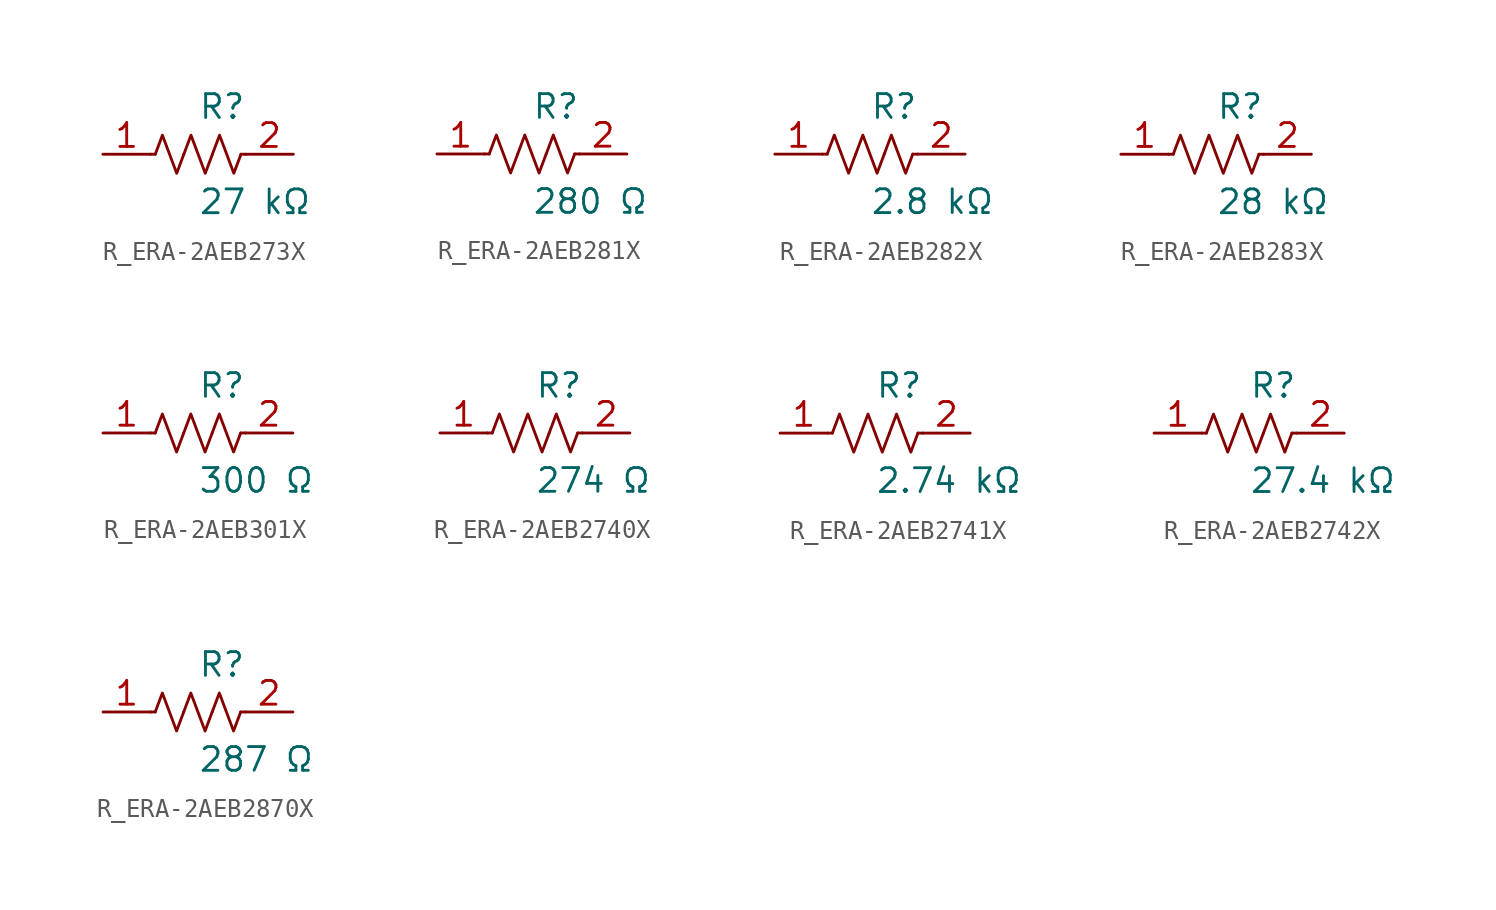
<source format=kicad_sym>
(kicad_symbol_lib
  (version 20231120)
  (generator kicad_symbol_editor)
  (generator_version 8.0)
  (symbol "R_ERA-2AEB273X"
    (pin_names
      (offset 0.254))
    (property "Reference" "R"
      (at 0.0 2.54 0)
      (effects (font (size 1.27 1.27)) (justify left)))
    (property "Value" "27 kΩ"
      (at 0.0 -2.54 0)
      (effects (font (size 1.27 1.27)) (justify left)))
    (symbol "R_ERA-2AEB273X_0_1"
      (polyline (pts (xy 2.286 0) (xy 2.54 0)) (stroke (width 0) (type default)) (fill (type none)))
      (polyline (pts (xy -2.286 0) (xy -2.54 0)) (stroke (width 0) (type default)) (fill (type none)))
      (polyline (pts (xy 0.762 0) (xy 1.143 1.016) (xy 1.524 0) (xy 1.905 -1.016) (xy 2.286 0)) (stroke (width 0) (type default)) (fill (type none)))
      (polyline (pts (xy -0.762 0) (xy -0.381 1.016) (xy 0 0) (xy 0.381 -1.016) (xy 0.762 0)) (stroke (width 0) (type default)) (fill (type none)))
      (polyline (pts (xy -2.286 0) (xy -1.905 1.016) (xy -1.524 0) (xy -1.143 -1.016) (xy -0.762 0)) (stroke (width 0) (type default)) (fill (type none))))
    (pin unspecified line
      (at -5.08 0 0)
      (length 2.54)
      (name "" (effects (font (size 1.27 1.27))))
      (number "1" (effects (font (size 1.27 1.27)))))
    (pin unspecified line
      (at 5.08 0 180)
      (length 2.54)
      (name "" (effects (font (size 1.27 1.27))))
      (number "2" (effects (font (size 1.27 1.27))))))
  (symbol "R_ERA-2AEB281X"
    (pin_names
      (offset 0.254))
    (property "Reference" "R"
      (at 0.0 2.54 0)
      (effects (font (size 1.27 1.27)) (justify left)))
    (property "Value" "280 Ω"
      (at 0.0 -2.54 0)
      (effects (font (size 1.27 1.27)) (justify left)))
    (symbol "R_ERA-2AEB281X_0_1"
      (polyline (pts (xy 2.286 0) (xy 2.54 0)) (stroke (width 0) (type default)) (fill (type none)))
      (polyline (pts (xy -2.286 0) (xy -2.54 0)) (stroke (width 0) (type default)) (fill (type none)))
      (polyline (pts (xy 0.762 0) (xy 1.143 1.016) (xy 1.524 0) (xy 1.905 -1.016) (xy 2.286 0)) (stroke (width 0) (type default)) (fill (type none)))
      (polyline (pts (xy -0.762 0) (xy -0.381 1.016) (xy 0 0) (xy 0.381 -1.016) (xy 0.762 0)) (stroke (width 0) (type default)) (fill (type none)))
      (polyline (pts (xy -2.286 0) (xy -1.905 1.016) (xy -1.524 0) (xy -1.143 -1.016) (xy -0.762 0)) (stroke (width 0) (type default)) (fill (type none))))
    (pin unspecified line
      (at -5.08 0 0)
      (length 2.54)
      (name "" (effects (font (size 1.27 1.27))))
      (number "1" (effects (font (size 1.27 1.27)))))
    (pin unspecified line
      (at 5.08 0 180)
      (length 2.54)
      (name "" (effects (font (size 1.27 1.27))))
      (number "2" (effects (font (size 1.27 1.27))))))
  (symbol "R_ERA-2AEB282X"
    (pin_names
      (offset 0.254))
    (property "Reference" "R"
      (at 0.0 2.54 0)
      (effects (font (size 1.27 1.27)) (justify left)))
    (property "Value" "2.8 kΩ"
      (at 0.0 -2.54 0)
      (effects (font (size 1.27 1.27)) (justify left)))
    (symbol "R_ERA-2AEB282X_0_1"
      (polyline (pts (xy 2.286 0) (xy 2.54 0)) (stroke (width 0) (type default)) (fill (type none)))
      (polyline (pts (xy -2.286 0) (xy -2.54 0)) (stroke (width 0) (type default)) (fill (type none)))
      (polyline (pts (xy 0.762 0) (xy 1.143 1.016) (xy 1.524 0) (xy 1.905 -1.016) (xy 2.286 0)) (stroke (width 0) (type default)) (fill (type none)))
      (polyline (pts (xy -0.762 0) (xy -0.381 1.016) (xy 0 0) (xy 0.381 -1.016) (xy 0.762 0)) (stroke (width 0) (type default)) (fill (type none)))
      (polyline (pts (xy -2.286 0) (xy -1.905 1.016) (xy -1.524 0) (xy -1.143 -1.016) (xy -0.762 0)) (stroke (width 0) (type default)) (fill (type none))))
    (pin unspecified line
      (at -5.08 0 0)
      (length 2.54)
      (name "" (effects (font (size 1.27 1.27))))
      (number "1" (effects (font (size 1.27 1.27)))))
    (pin unspecified line
      (at 5.08 0 180)
      (length 2.54)
      (name "" (effects (font (size 1.27 1.27))))
      (number "2" (effects (font (size 1.27 1.27))))))
  (symbol "R_ERA-2AEB283X"
    (pin_names
      (offset 0.254))
    (property "Reference" "R"
      (at 0.0 2.54 0)
      (effects (font (size 1.27 1.27)) (justify left)))
    (property "Value" "28 kΩ"
      (at 0.0 -2.54 0)
      (effects (font (size 1.27 1.27)) (justify left)))
    (symbol "R_ERA-2AEB283X_0_1"
      (polyline (pts (xy 2.286 0) (xy 2.54 0)) (stroke (width 0) (type default)) (fill (type none)))
      (polyline (pts (xy -2.286 0) (xy -2.54 0)) (stroke (width 0) (type default)) (fill (type none)))
      (polyline (pts (xy 0.762 0) (xy 1.143 1.016) (xy 1.524 0) (xy 1.905 -1.016) (xy 2.286 0)) (stroke (width 0) (type default)) (fill (type none)))
      (polyline (pts (xy -0.762 0) (xy -0.381 1.016) (xy 0 0) (xy 0.381 -1.016) (xy 0.762 0)) (stroke (width 0) (type default)) (fill (type none)))
      (polyline (pts (xy -2.286 0) (xy -1.905 1.016) (xy -1.524 0) (xy -1.143 -1.016) (xy -0.762 0)) (stroke (width 0) (type default)) (fill (type none))))
    (pin unspecified line
      (at -5.08 0 0)
      (length 2.54)
      (name "" (effects (font (size 1.27 1.27))))
      (number "1" (effects (font (size 1.27 1.27)))))
    (pin unspecified line
      (at 5.08 0 180)
      (length 2.54)
      (name "" (effects (font (size 1.27 1.27))))
      (number "2" (effects (font (size 1.27 1.27))))))
  (symbol "R_ERA-2AEB301X"
    (pin_names
      (offset 0.254))
    (property "Reference" "R"
      (at 0.0 2.54 0)
      (effects (font (size 1.27 1.27)) (justify left)))
    (property "Value" "300 Ω"
      (at 0.0 -2.54 0)
      (effects (font (size 1.27 1.27)) (justify left)))
    (symbol "R_ERA-2AEB301X_0_1"
      (polyline (pts (xy 2.286 0) (xy 2.54 0)) (stroke (width 0) (type default)) (fill (type none)))
      (polyline (pts (xy -2.286 0) (xy -2.54 0)) (stroke (width 0) (type default)) (fill (type none)))
      (polyline (pts (xy 0.762 0) (xy 1.143 1.016) (xy 1.524 0) (xy 1.905 -1.016) (xy 2.286 0)) (stroke (width 0) (type default)) (fill (type none)))
      (polyline (pts (xy -0.762 0) (xy -0.381 1.016) (xy 0 0) (xy 0.381 -1.016) (xy 0.762 0)) (stroke (width 0) (type default)) (fill (type none)))
      (polyline (pts (xy -2.286 0) (xy -1.905 1.016) (xy -1.524 0) (xy -1.143 -1.016) (xy -0.762 0)) (stroke (width 0) (type default)) (fill (type none))))
    (pin unspecified line
      (at -5.08 0 0)
      (length 2.54)
      (name "" (effects (font (size 1.27 1.27))))
      (number "1" (effects (font (size 1.27 1.27)))))
    (pin unspecified line
      (at 5.08 0 180)
      (length 2.54)
      (name "" (effects (font (size 1.27 1.27))))
      (number "2" (effects (font (size 1.27 1.27))))))
  (symbol "R_ERA-2AEB2740X"
    (pin_names
      (offset 0.254))
    (property "Reference" "R"
      (at 0.0 2.54 0)
      (effects (font (size 1.27 1.27)) (justify left)))
    (property "Value" "274 Ω"
      (at 0.0 -2.54 0)
      (effects (font (size 1.27 1.27)) (justify left)))
    (symbol "R_ERA-2AEB2740X_0_1"
      (polyline (pts (xy 2.286 0) (xy 2.54 0)) (stroke (width 0) (type default)) (fill (type none)))
      (polyline (pts (xy -2.286 0) (xy -2.54 0)) (stroke (width 0) (type default)) (fill (type none)))
      (polyline (pts (xy 0.762 0) (xy 1.143 1.016) (xy 1.524 0) (xy 1.905 -1.016) (xy 2.286 0)) (stroke (width 0) (type default)) (fill (type none)))
      (polyline (pts (xy -0.762 0) (xy -0.381 1.016) (xy 0 0) (xy 0.381 -1.016) (xy 0.762 0)) (stroke (width 0) (type default)) (fill (type none)))
      (polyline (pts (xy -2.286 0) (xy -1.905 1.016) (xy -1.524 0) (xy -1.143 -1.016) (xy -0.762 0)) (stroke (width 0) (type default)) (fill (type none))))
    (pin unspecified line
      (at -5.08 0 0)
      (length 2.54)
      (name "" (effects (font (size 1.27 1.27))))
      (number "1" (effects (font (size 1.27 1.27)))))
    (pin unspecified line
      (at 5.08 0 180)
      (length 2.54)
      (name "" (effects (font (size 1.27 1.27))))
      (number "2" (effects (font (size 1.27 1.27))))))
  (symbol "R_ERA-2AEB2741X"
    (pin_names
      (offset 0.254))
    (property "Reference" "R"
      (at 0.0 2.54 0)
      (effects (font (size 1.27 1.27)) (justify left)))
    (property "Value" "2.74 kΩ"
      (at 0.0 -2.54 0)
      (effects (font (size 1.27 1.27)) (justify left)))
    (symbol "R_ERA-2AEB2741X_0_1"
      (polyline (pts (xy 2.286 0) (xy 2.54 0)) (stroke (width 0) (type default)) (fill (type none)))
      (polyline (pts (xy -2.286 0) (xy -2.54 0)) (stroke (width 0) (type default)) (fill (type none)))
      (polyline (pts (xy 0.762 0) (xy 1.143 1.016) (xy 1.524 0) (xy 1.905 -1.016) (xy 2.286 0)) (stroke (width 0) (type default)) (fill (type none)))
      (polyline (pts (xy -0.762 0) (xy -0.381 1.016) (xy 0 0) (xy 0.381 -1.016) (xy 0.762 0)) (stroke (width 0) (type default)) (fill (type none)))
      (polyline (pts (xy -2.286 0) (xy -1.905 1.016) (xy -1.524 0) (xy -1.143 -1.016) (xy -0.762 0)) (stroke (width 0) (type default)) (fill (type none))))
    (pin unspecified line
      (at -5.08 0 0)
      (length 2.54)
      (name "" (effects (font (size 1.27 1.27))))
      (number "1" (effects (font (size 1.27 1.27)))))
    (pin unspecified line
      (at 5.08 0 180)
      (length 2.54)
      (name "" (effects (font (size 1.27 1.27))))
      (number "2" (effects (font (size 1.27 1.27))))))
  (symbol "R_ERA-2AEB2742X"
    (pin_names
      (offset 0.254))
    (property "Reference" "R"
      (at 0.0 2.54 0)
      (effects (font (size 1.27 1.27)) (justify left)))
    (property "Value" "27.4 kΩ"
      (at 0.0 -2.54 0)
      (effects (font (size 1.27 1.27)) (justify left)))
    (symbol "R_ERA-2AEB2742X_0_1"
      (polyline (pts (xy 2.286 0) (xy 2.54 0)) (stroke (width 0) (type default)) (fill (type none)))
      (polyline (pts (xy -2.286 0) (xy -2.54 0)) (stroke (width 0) (type default)) (fill (type none)))
      (polyline (pts (xy 0.762 0) (xy 1.143 1.016) (xy 1.524 0) (xy 1.905 -1.016) (xy 2.286 0)) (stroke (width 0) (type default)) (fill (type none)))
      (polyline (pts (xy -0.762 0) (xy -0.381 1.016) (xy 0 0) (xy 0.381 -1.016) (xy 0.762 0)) (stroke (width 0) (type default)) (fill (type none)))
      (polyline (pts (xy -2.286 0) (xy -1.905 1.016) (xy -1.524 0) (xy -1.143 -1.016) (xy -0.762 0)) (stroke (width 0) (type default)) (fill (type none))))
    (pin unspecified line
      (at -5.08 0 0)
      (length 2.54)
      (name "" (effects (font (size 1.27 1.27))))
      (number "1" (effects (font (size 1.27 1.27)))))
    (pin unspecified line
      (at 5.08 0 180)
      (length 2.54)
      (name "" (effects (font (size 1.27 1.27))))
      (number "2" (effects (font (size 1.27 1.27))))))
  (symbol "R_ERA-2AEB2870X"
    (pin_names
      (offset 0.254))
    (property "Reference" "R"
      (at 0.0 2.54 0)
      (effects (font (size 1.27 1.27)) (justify left)))
    (property "Value" "287 Ω"
      (at 0.0 -2.54 0)
      (effects (font (size 1.27 1.27)) (justify left)))
    (symbol "R_ERA-2AEB2870X_0_1"
      (polyline (pts (xy 2.286 0) (xy 2.54 0)) (stroke (width 0) (type default)) (fill (type none)))
      (polyline (pts (xy -2.286 0) (xy -2.54 0)) (stroke (width 0) (type default)) (fill (type none)))
      (polyline (pts (xy 0.762 0) (xy 1.143 1.016) (xy 1.524 0) (xy 1.905 -1.016) (xy 2.286 0)) (stroke (width 0) (type default)) (fill (type none)))
      (polyline (pts (xy -0.762 0) (xy -0.381 1.016) (xy 0 0) (xy 0.381 -1.016) (xy 0.762 0)) (stroke (width 0) (type default)) (fill (type none)))
      (polyline (pts (xy -2.286 0) (xy -1.905 1.016) (xy -1.524 0) (xy -1.143 -1.016) (xy -0.762 0)) (stroke (width 0) (type default)) (fill (type none))))
    (pin unspecified line
      (at -5.08 0 0)
      (length 2.54)
      (name "" (effects (font (size 1.27 1.27))))
      (number "1" (effects (font (size 1.27 1.27)))))
    (pin unspecified line
      (at 5.08 0 180)
      (length 2.54)
      (name "" (effects (font (size 1.27 1.27))))
      (number "2" (effects (font (size 1.27 1.27)))))))
</source>
